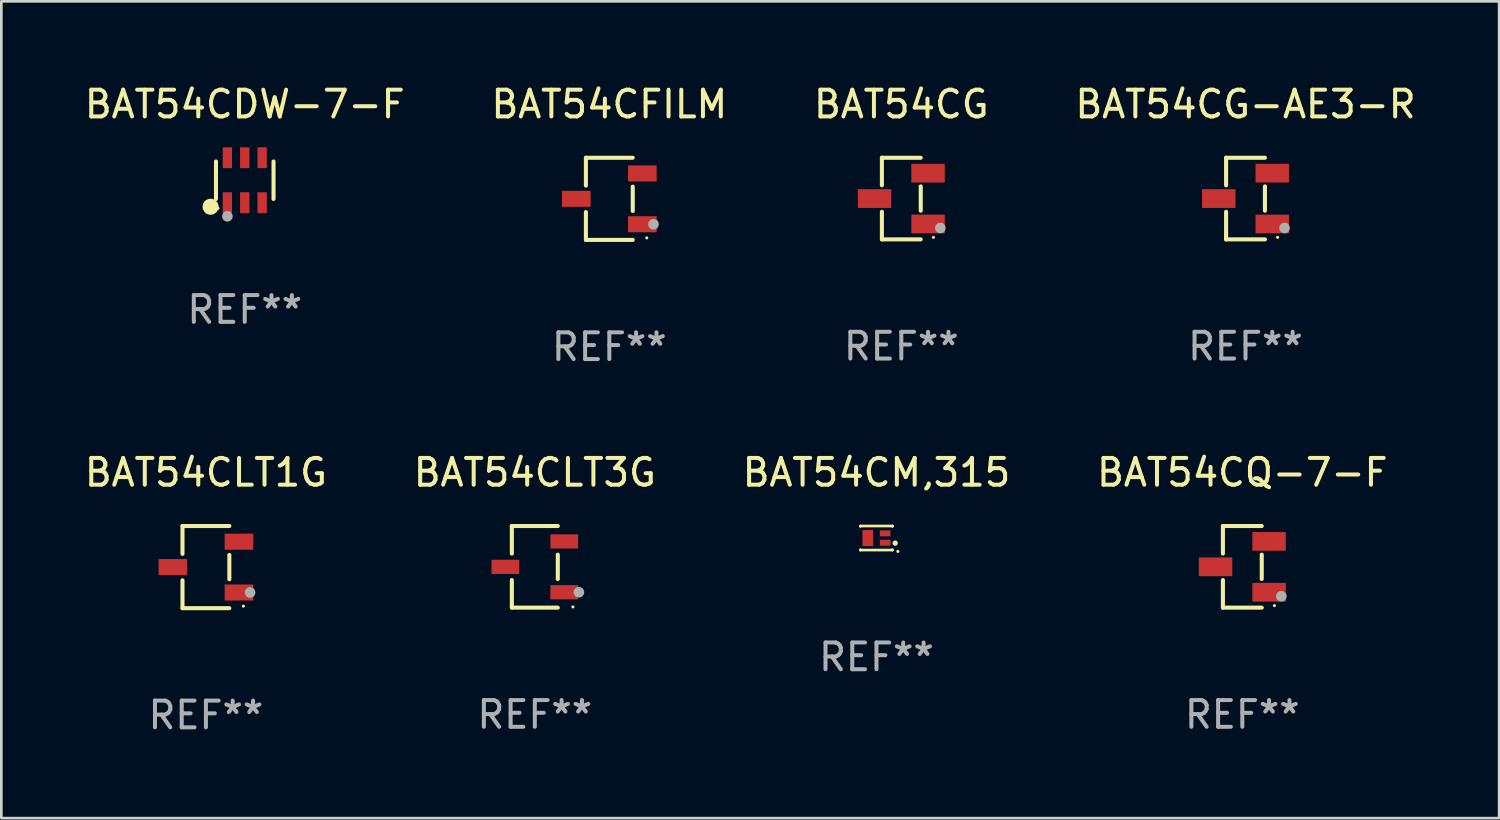
<source format=kicad_pcb>
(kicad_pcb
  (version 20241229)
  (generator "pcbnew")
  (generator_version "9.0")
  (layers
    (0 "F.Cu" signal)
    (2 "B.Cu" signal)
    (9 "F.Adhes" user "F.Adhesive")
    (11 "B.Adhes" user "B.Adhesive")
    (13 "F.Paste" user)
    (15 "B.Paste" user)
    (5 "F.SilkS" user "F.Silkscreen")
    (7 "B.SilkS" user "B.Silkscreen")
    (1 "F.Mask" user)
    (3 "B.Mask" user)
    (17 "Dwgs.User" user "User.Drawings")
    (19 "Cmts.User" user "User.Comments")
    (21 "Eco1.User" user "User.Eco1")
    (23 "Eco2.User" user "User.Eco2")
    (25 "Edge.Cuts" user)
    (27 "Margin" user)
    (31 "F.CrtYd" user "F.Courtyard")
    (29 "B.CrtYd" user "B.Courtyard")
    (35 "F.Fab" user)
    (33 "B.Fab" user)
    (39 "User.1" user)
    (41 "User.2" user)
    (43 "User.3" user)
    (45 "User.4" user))
  (footprint "BAT54CDW-7-F"
    (layer "F.Cu")
    (at 6.101 3.688)
    (property "Reference" "BAT54CDW-7-F" (at 0 -2.84 0) (layer "F.SilkS") (effects (font (size 1 1) (thickness 0.15))))
    (attr through_hole)
    (fp_line (start -1.076 0.701) (end -1.076 -0.701) (stroke (width 0.152) (type solid)) (layer "F.SilkS"))
    (fp_line (start 1.076 0.701) (end 1.076 -0.701) (stroke (width 0.152) (type solid)) (layer "F.SilkS"))
    (fp_circle (center -1.277 0.992) (end -1.127 0.992) (stroke (width 0.3) (type solid)) (fill no) (layer "F.SilkS"))
    (fp_circle (center -1 1.05) (end -0.97 1.05) (stroke (width 0.06) (type solid)) (fill no) (layer "F.SilkS"))
    (fp_circle (center -0.65 1.35) (end -0.55 1.35) (stroke (width 0.2) (type solid)) (fill no) (layer "F.Fab"))
    (fp_text user "REF**" (at 0 4.84 0) (layer "F.Fab") (effects (font (size 1 1) (thickness 0.15))))
    (pad "1" smd rect (at -0.65 0.84) (size 0.35 0.78) (layers "F.Cu" "F.Mask" "F.Paste"))
    (pad "2" smd rect (at 0 0.84) (size 0.35 0.78) (layers "F.Cu" "F.Mask" "F.Paste"))
    (pad "3" smd rect (at 0.65 0.84) (size 0.35 0.78) (layers "F.Cu" "F.Mask" "F.Paste"))
    (pad "4" smd rect (at 0.65 -0.84) (size 0.35 0.78) (layers "F.Cu" "F.Mask" "F.Paste"))
    (pad "5" smd rect (at 0 -0.84) (size 0.35 0.78) (layers "F.Cu" "F.Mask" "F.Paste"))
    (pad "6" smd rect (at -0.65 -0.84) (size 0.35 0.78) (layers "F.Cu" "F.Mask" "F.Paste")))
  (footprint "BAT54CLT3G"
    (layer "F.Cu")
    (at 16.946 18.143)
    (property "Reference" "BAT54CLT3G" (at 0 -3.526 0) (layer "F.SilkS") (effects (font (size 1 1) (thickness 0.15))))
    (attr through_hole)
    (fp_line (start -0.859 -1.526) (end -0.859 -0.495) (stroke (width 0.152) (type solid)) (layer "F.SilkS"))
    (fp_line (start -0.859 1.526) (end -0.859 0.495) (stroke (width 0.152) (type solid)) (layer "F.SilkS"))
    (fp_line (start 0.859 -1.526) (end -0.859 -1.526) (stroke (width 0.152) (type solid)) (layer "F.SilkS"))
    (fp_line (start 0.859 -0.455) (end 0.859 0.455) (stroke (width 0.152) (type solid)) (layer "F.SilkS"))
    (fp_line (start 0.859 1.526) (end -0.859 1.526) (stroke (width 0.152) (type solid)) (layer "F.SilkS"))
    (fp_circle (center 1.425 1.5) (end 1.455 1.5) (stroke (width 0.06) (type solid)) (fill no) (layer "F.SilkS"))
    (fp_circle (center 1.65 0.95) (end 1.75 0.95) (stroke (width 0.2) (type solid)) (fill no) (layer "F.Fab"))
    (fp_text user "REF**" (at 0 5.526 0) (layer "F.Fab") (effects (font (size 1 1) (thickness 0.15))))
    (pad "1" smd rect (at 1.101 0.95) (size 1.037 0.532) (layers "F.Cu" "F.Mask" "F.Paste"))
    (pad "2" smd rect (at 1.101 -0.95) (size 1.037 0.532) (layers "F.Cu" "F.Mask" "F.Paste"))
    (pad "3" smd rect (at -1.101 0) (size 1.037 0.532) (layers "F.Cu" "F.Mask" "F.Paste")))
  (footprint "BAT54CQ-7-F"
    (layer "F.Cu")
    (at 43.399 18.143)
    (property "Reference" "BAT54CQ-7-F" (at 0 -3.526 0) (layer "F.SilkS") (effects (font (size 1 1) (thickness 0.15))))
    (attr through_hole)
    (fp_line (start -0.726 -1.526) (end -0.726 -0.495) (stroke (width 0.152) (type solid)) (layer "F.SilkS"))
    (fp_line (start -0.726 1.526) (end -0.726 0.495) (stroke (width 0.152) (type solid)) (layer "F.SilkS"))
    (fp_line (start 0.726 -1.526) (end -0.726 -1.526) (stroke (width 0.152) (type solid)) (layer "F.SilkS"))
    (fp_line (start 0.726 -0.455) (end 0.726 0.455) (stroke (width 0.152) (type solid)) (layer "F.SilkS"))
    (fp_line (start 0.726 1.526) (end -0.726 1.526) (stroke (width 0.152) (type solid)) (layer "F.SilkS"))
    (fp_circle (center 1.2 1.45) (end 1.23 1.45) (stroke (width 0.06) (type solid)) (fill no) (layer "F.SilkS"))
    (fp_circle (center 1.46 1.1) (end 1.56 1.1) (stroke (width 0.2) (type solid)) (fill no) (layer "F.Fab"))
    (fp_text user "REF**" (at 0 5.526 0) (layer "F.Fab") (effects (font (size 1 1) (thickness 0.15))))
    (pad "1" smd rect (at 1 0.95) (size 1.25 0.7) (layers "F.Cu" "F.Mask" "F.Paste"))
    (pad "2" smd rect (at 1 -0.95) (size 1.25 0.7) (layers "F.Cu" "F.Mask" "F.Paste"))
    (pad "3" smd rect (at -1 0) (size 1.25 0.7) (layers "F.Cu" "F.Mask" "F.Paste")))
  (footprint "BAT54CG"
    (layer "F.Cu")
    (at 30.649 4.374)
    (property "Reference" "BAT54CG" (at 0 -3.526 0) (layer "F.SilkS") (effects (font (size 1 1) (thickness 0.15))))
    (attr through_hole)
    (fp_line (start -0.726 -1.526) (end -0.726 -0.495) (stroke (width 0.152) (type solid)) (layer "F.SilkS"))
    (fp_line (start -0.726 1.526) (end -0.726 0.495) (stroke (width 0.152) (type solid)) (layer "F.SilkS"))
    (fp_line (start 0.726 -1.526) (end -0.726 -1.526) (stroke (width 0.152) (type solid)) (layer "F.SilkS"))
    (fp_line (start 0.726 -0.455) (end 0.726 0.455) (stroke (width 0.152) (type solid)) (layer "F.SilkS"))
    (fp_line (start 0.726 1.526) (end -0.726 1.526) (stroke (width 0.152) (type solid)) (layer "F.SilkS"))
    (fp_circle (center 1.2 1.45) (end 1.23 1.45) (stroke (width 0.06) (type solid)) (fill no) (layer "F.SilkS"))
    (fp_circle (center 1.46 1.1) (end 1.56 1.1) (stroke (width 0.2) (type solid)) (fill no) (layer "F.Fab"))
    (fp_text user "REF**" (at 0 5.526 0) (layer "F.Fab") (effects (font (size 1 1) (thickness 0.15))))
    (pad "1" smd rect (at 1 0.95) (size 1.25 0.7) (layers "F.Cu" "F.Mask" "F.Paste"))
    (pad "2" smd rect (at 1 -0.95) (size 1.25 0.7) (layers "F.Cu" "F.Mask" "F.Paste"))
    (pad "3" smd rect (at -1 0) (size 1.25 0.7) (layers "F.Cu" "F.Mask" "F.Paste")))
  (footprint "BAT54CLT1G"
    (layer "F.Cu")
    (at 4.649 18.153)
    (property "Reference" "BAT54CLT1G" (at 0 -3.536 0) (layer "F.SilkS") (effects (font (size 1 1) (thickness 0.15))))
    (attr through_hole)
    (fp_line (start -0.876 -1.536) (end -0.876 -0.495) (stroke (width 0.152) (type solid)) (layer "F.SilkS"))
    (fp_line (start -0.876 1.536) (end -0.876 0.495) (stroke (width 0.152) (type solid)) (layer "F.SilkS"))
    (fp_line (start 0.876 -1.536) (end -0.876 -1.536) (stroke (width 0.152) (type solid)) (layer "F.SilkS"))
    (fp_line (start 0.876 -0.455) (end 0.876 0.455) (stroke (width 0.152) (type solid)) (layer "F.SilkS"))
    (fp_line (start 0.876 1.536) (end -0.876 1.536) (stroke (width 0.152) (type solid)) (layer "F.SilkS"))
    (fp_circle (center 1.4 1.46) (end 1.43 1.46) (stroke (width 0.06) (type solid)) (fill no) (layer "F.SilkS"))
    (fp_circle (center 1.651 0.95) (end 1.751 0.95) (stroke (width 0.2) (type solid)) (fill no) (layer "F.Fab"))
    (fp_text user "REF**" (at 0 5.536 0) (layer "F.Fab") (effects (font (size 1 1) (thickness 0.15))))
    (pad "1" smd rect (at 1.235 0.95) (size 1.07 0.6) (layers "F.Cu" "F.Mask" "F.Paste"))
    (pad "2" smd rect (at 1.235 -0.95) (size 1.07 0.6) (layers "F.Cu" "F.Mask" "F.Paste"))
    (pad "3" smd rect (at -1.235 0) (size 1.07 0.6) (layers "F.Cu" "F.Mask" "F.Paste")))
  (footprint "BAT54CFILM"
    (layer "F.Cu")
    (at 19.732 4.384)
    (property "Reference" "BAT54CFILM" (at 0 -3.536 0) (layer "F.SilkS") (effects (font (size 1 1) (thickness 0.15))))
    (attr through_hole)
    (fp_line (start -0.876 -1.536) (end -0.876 -0.495) (stroke (width 0.152) (type solid)) (layer "F.SilkS"))
    (fp_line (start -0.876 1.536) (end -0.876 0.495) (stroke (width 0.152) (type solid)) (layer "F.SilkS"))
    (fp_line (start 0.876 -1.536) (end -0.876 -1.536) (stroke (width 0.152) (type solid)) (layer "F.SilkS"))
    (fp_line (start 0.876 -0.455) (end 0.876 0.455) (stroke (width 0.152) (type solid)) (layer "F.SilkS"))
    (fp_line (start 0.876 1.536) (end -0.876 1.536) (stroke (width 0.152) (type solid)) (layer "F.SilkS"))
    (fp_circle (center 1.4 1.46) (end 1.43 1.46) (stroke (width 0.06) (type solid)) (fill no) (layer "F.SilkS"))
    (fp_circle (center 1.651 0.95) (end 1.751 0.95) (stroke (width 0.2) (type solid)) (fill no) (layer "F.Fab"))
    (fp_text user "REF**" (at 0 5.536 0) (layer "F.Fab") (effects (font (size 1 1) (thickness 0.15))))
    (pad "1" smd rect (at 1.235 0.95) (size 1.07 0.6) (layers "F.Cu" "F.Mask" "F.Paste"))
    (pad "2" smd rect (at 1.235 -0.95) (size 1.07 0.6) (layers "F.Cu" "F.Mask" "F.Paste"))
    (pad "3" smd rect (at -1.235 0) (size 1.07 0.6) (layers "F.Cu" "F.Mask" "F.Paste")))
  (footprint "BAT54CM,315"
    (layer "F.Cu")
    (at 29.72 17.067)
    (property "Reference" "BAT54CM,315" (at 0 -2.45 0) (layer "F.SilkS") (effects (font (size 1 1) (thickness 0.15))))
    (attr through_hole)
    (fp_line (start -0.6 -0.45) (end -0.6 -0.434) (stroke (width 0.1) (type solid)) (layer "F.SilkS"))
    (fp_line (start -0.6 -0.45) (end 0.6 -0.45) (stroke (width 0.1) (type solid)) (layer "F.SilkS"))
    (fp_line (start -0.6 0.434) (end -0.6 0.45) (stroke (width 0.1) (type solid)) (layer "F.SilkS"))
    (fp_line (start -0.6 0.45) (end 0.6 0.45) (stroke (width 0.1) (type solid)) (layer "F.SilkS"))
    (fp_line (start 0.6 -0.45) (end 0.6 -0.434) (stroke (width 0.1) (type solid)) (layer "F.SilkS"))
    (fp_line (start 0.6 0.434) (end 0.6 0.45) (stroke (width 0.1) (type solid)) (layer "F.SilkS"))
    (fp_circle (center 0.7 0.19) (end 0.75 0.19) (stroke (width 0.1) (type solid)) (fill no) (layer "F.SilkS"))
    (fp_circle (center 0.8 0.5) (end 0.83 0.5) (stroke (width 0.06) (type solid)) (fill no) (layer "F.SilkS"))
    (fp_text user "REF**" (at 0 4.45 0) (layer "F.Fab") (effects (font (size 1 1) (thickness 0.15))))
    (pad "1" smd rect (at 0.325 0.175) (size 0.4 0.22) (layers "F.Cu" "F.Mask" "F.Paste"))
    (pad "2" smd rect (at 0.325 -0.175) (size 0.4 0.22) (layers "F.Cu" "F.Mask" "F.Paste"))
    (pad "3" smd rect (at -0.325 0.000229) (size 0.4 0.6) (layers "F.Cu" "F.Mask" "F.Paste")))
  (footprint "BAT54CG-AE3-R"
    (layer "F.Cu")
    (at 43.518 4.374)
    (property "Reference" "BAT54CG-AE3-R" (at 0 -3.526 0) (layer "F.SilkS") (effects (font (size 1 1) (thickness 0.15))))
    (attr through_hole)
    (fp_line (start -0.726 -1.526) (end -0.726 -0.495) (stroke (width 0.152) (type solid)) (layer "F.SilkS"))
    (fp_line (start -0.726 1.526) (end -0.726 0.495) (stroke (width 0.152) (type solid)) (layer "F.SilkS"))
    (fp_line (start 0.726 -1.526) (end -0.726 -1.526) (stroke (width 0.152) (type solid)) (layer "F.SilkS"))
    (fp_line (start 0.726 -0.455) (end 0.726 0.455) (stroke (width 0.152) (type solid)) (layer "F.SilkS"))
    (fp_line (start 0.726 1.526) (end -0.726 1.526) (stroke (width 0.152) (type solid)) (layer "F.SilkS"))
    (fp_circle (center 1.2 1.45) (end 1.23 1.45) (stroke (width 0.06) (type solid)) (fill no) (layer "F.SilkS"))
    (fp_circle (center 1.46 1.1) (end 1.56 1.1) (stroke (width 0.2) (type solid)) (fill no) (layer "F.Fab"))
    (fp_text user "REF**" (at 0 5.526 0) (layer "F.Fab") (effects (font (size 1 1) (thickness 0.15))))
    (pad "1" smd rect (at 1 0.95) (size 1.25 0.7) (layers "F.Cu" "F.Mask" "F.Paste"))
    (pad "2" smd rect (at 1 -0.95) (size 1.25 0.7) (layers "F.Cu" "F.Mask" "F.Paste"))
    (pad "3" smd rect (at -1 0) (size 1.25 0.7) (layers "F.Cu" "F.Mask" "F.Paste")))
  (gr_rect
    (start -3 -3)
    (end 53 27.538)
    (stroke (width 0.1) (type default))
    (fill no)
    (layer "Edge.Cuts")))
</source>
